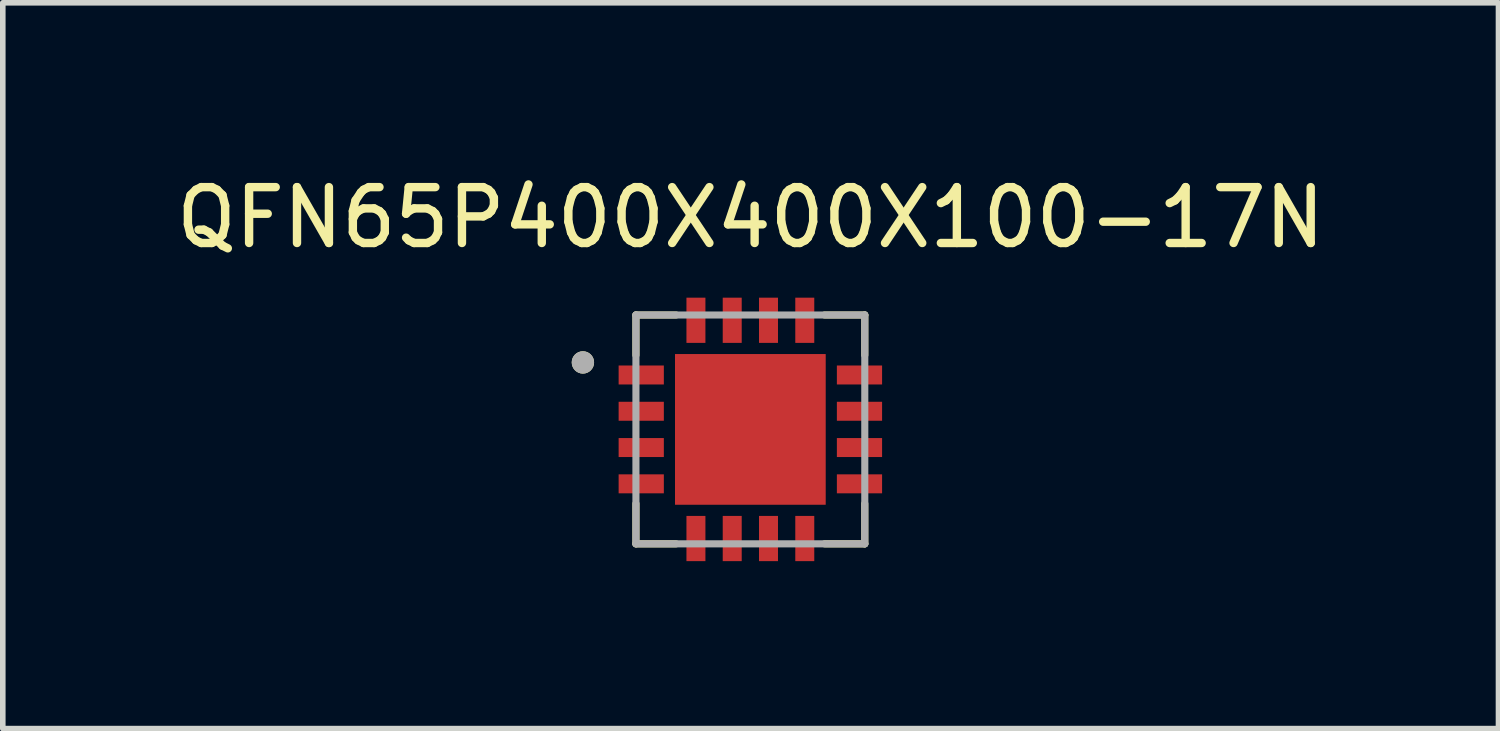
<source format=kicad_pcb>
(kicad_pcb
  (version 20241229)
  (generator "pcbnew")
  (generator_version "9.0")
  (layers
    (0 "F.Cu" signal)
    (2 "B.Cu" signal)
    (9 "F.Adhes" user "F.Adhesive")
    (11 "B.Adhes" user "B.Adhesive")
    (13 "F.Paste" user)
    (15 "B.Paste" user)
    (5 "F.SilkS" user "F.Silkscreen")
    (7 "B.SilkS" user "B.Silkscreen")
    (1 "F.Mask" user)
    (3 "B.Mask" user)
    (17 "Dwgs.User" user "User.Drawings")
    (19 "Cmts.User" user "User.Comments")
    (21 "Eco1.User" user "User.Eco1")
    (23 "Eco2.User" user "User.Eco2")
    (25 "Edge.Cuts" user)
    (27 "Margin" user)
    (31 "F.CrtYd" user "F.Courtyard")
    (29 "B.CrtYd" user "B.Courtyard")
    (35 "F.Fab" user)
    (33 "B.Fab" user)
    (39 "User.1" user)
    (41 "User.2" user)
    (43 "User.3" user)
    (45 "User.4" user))
  (footprint "QFN65P400X400X100-17N"
    (layer "F.Cu")
    (at 10.393 4.643)
    (property "Reference" "QFN65P400X400X100-17N" (at 0.005 -3.795 0) (layer "F.SilkS") (effects (font (size 1.001 1.001) (thickness 0.15))))
    (attr through_hole)
    (fp_line (start -2.05 -2.05) (end -2.05 -1.33) (stroke (width 0.127) (type solid)) (layer "F.SilkS"))
    (fp_line (start -2.05 1.33) (end -2.05 2.05) (stroke (width 0.127) (type solid)) (layer "F.SilkS"))
    (fp_line (start -2.05 2.05) (end -1.33 2.05) (stroke (width 0.127) (type solid)) (layer "F.SilkS"))
    (fp_line (start -1.33 -2.05) (end -2.05 -2.05) (stroke (width 0.127) (type solid)) (layer "F.SilkS"))
    (fp_line (start 1.33 2.05) (end 2.05 2.05) (stroke (width 0.127) (type solid)) (layer "F.SilkS"))
    (fp_line (start 2.05 -2.05) (end 1.33 -2.05) (stroke (width 0.127) (type solid)) (layer "F.SilkS"))
    (fp_line (start 2.05 -1.33) (end 2.05 -2.05) (stroke (width 0.127) (type solid)) (layer "F.SilkS"))
    (fp_line (start 2.05 2.05) (end 2.05 1.33) (stroke (width 0.127) (type solid)) (layer "F.SilkS"))
    (fp_circle (center -3 -1.2) (end -2.9 -1.2) (stroke (width 0.2) (type solid)) (fill no) (layer "F.SilkS"))
    (fp_poly (pts (xy -0.853 -0.853) (xy 0.853 -0.853) (xy 0.853 0.853) (xy -0.853 0.853)) (stroke (width 0.01) (type solid)) (fill yes) (layer "F.Paste"))
    (fp_line (start -2.05 -2.05) (end -2.05 2.05) (stroke (width 0.127) (type solid)) (layer "F.Fab"))
    (fp_line (start -2.05 2.05) (end 2.05 2.05) (stroke (width 0.127) (type solid)) (layer "F.Fab"))
    (fp_line (start 2.05 -2.05) (end -2.05 -2.05) (stroke (width 0.127) (type solid)) (layer "F.Fab"))
    (fp_line (start 2.05 2.05) (end 2.05 -2.05) (stroke (width 0.127) (type solid)) (layer "F.Fab"))
    (fp_circle (center -3 -1.2) (end -2.9 -1.2) (stroke (width 0.2) (type solid)) (fill no) (layer "F.Fab"))
    (pad "1" smd rect (at -1.955 -0.975) (size 0.81 0.34) (layers "F.Cu" "F.Mask" "F.Paste"))
    (pad "2" smd rect (at -1.955 -0.325) (size 0.81 0.34) (layers "F.Cu" "F.Mask" "F.Paste"))
    (pad "3" smd rect (at -1.955 0.325) (size 0.81 0.34) (layers "F.Cu" "F.Mask" "F.Paste"))
    (pad "4" smd rect (at -1.955 0.975) (size 0.81 0.34) (layers "F.Cu" "F.Mask" "F.Paste"))
    (pad "5" smd rect (at -0.975 1.955) (size 0.34 0.81) (layers "F.Cu" "F.Mask" "F.Paste"))
    (pad "6" smd rect (at -0.325 1.955) (size 0.34 0.81) (layers "F.Cu" "F.Mask" "F.Paste"))
    (pad "7" smd rect (at 0.325 1.955) (size 0.34 0.81) (layers "F.Cu" "F.Mask" "F.Paste"))
    (pad "8" smd rect (at 0.975 1.955) (size 0.34 0.81) (layers "F.Cu" "F.Mask" "F.Paste"))
    (pad "9" smd rect (at 1.955 0.975) (size 0.81 0.34) (layers "F.Cu" "F.Mask" "F.Paste"))
    (pad "10" smd rect (at 1.955 0.325) (size 0.81 0.34) (layers "F.Cu" "F.Mask" "F.Paste"))
    (pad "11" smd rect (at 1.955 -0.325) (size 0.81 0.34) (layers "F.Cu" "F.Mask" "F.Paste"))
    (pad "12" smd rect (at 1.955 -0.975) (size 0.81 0.34) (layers "F.Cu" "F.Mask" "F.Paste"))
    (pad "13" smd rect (at 0.975 -1.955) (size 0.34 0.81) (layers "F.Cu" "F.Mask" "F.Paste"))
    (pad "14" smd rect (at 0.325 -1.955) (size 0.34 0.81) (layers "F.Cu" "F.Mask" "F.Paste"))
    (pad "15" smd rect (at -0.325 -1.955) (size 0.34 0.81) (layers "F.Cu" "F.Mask" "F.Paste"))
    (pad "16" smd rect (at -0.975 -1.955) (size 0.34 0.81) (layers "F.Cu" "F.Mask" "F.Paste"))
    (pad "17" smd rect (at 0 0) (size 2.7 2.7) (layers "F.Cu" "F.Mask")))
  (gr_rect
    (start -3 -3)
    (end 23.796 10.003)
    (stroke (width 0.1) (type default))
    (fill no)
    (layer "Edge.Cuts")))
</source>
